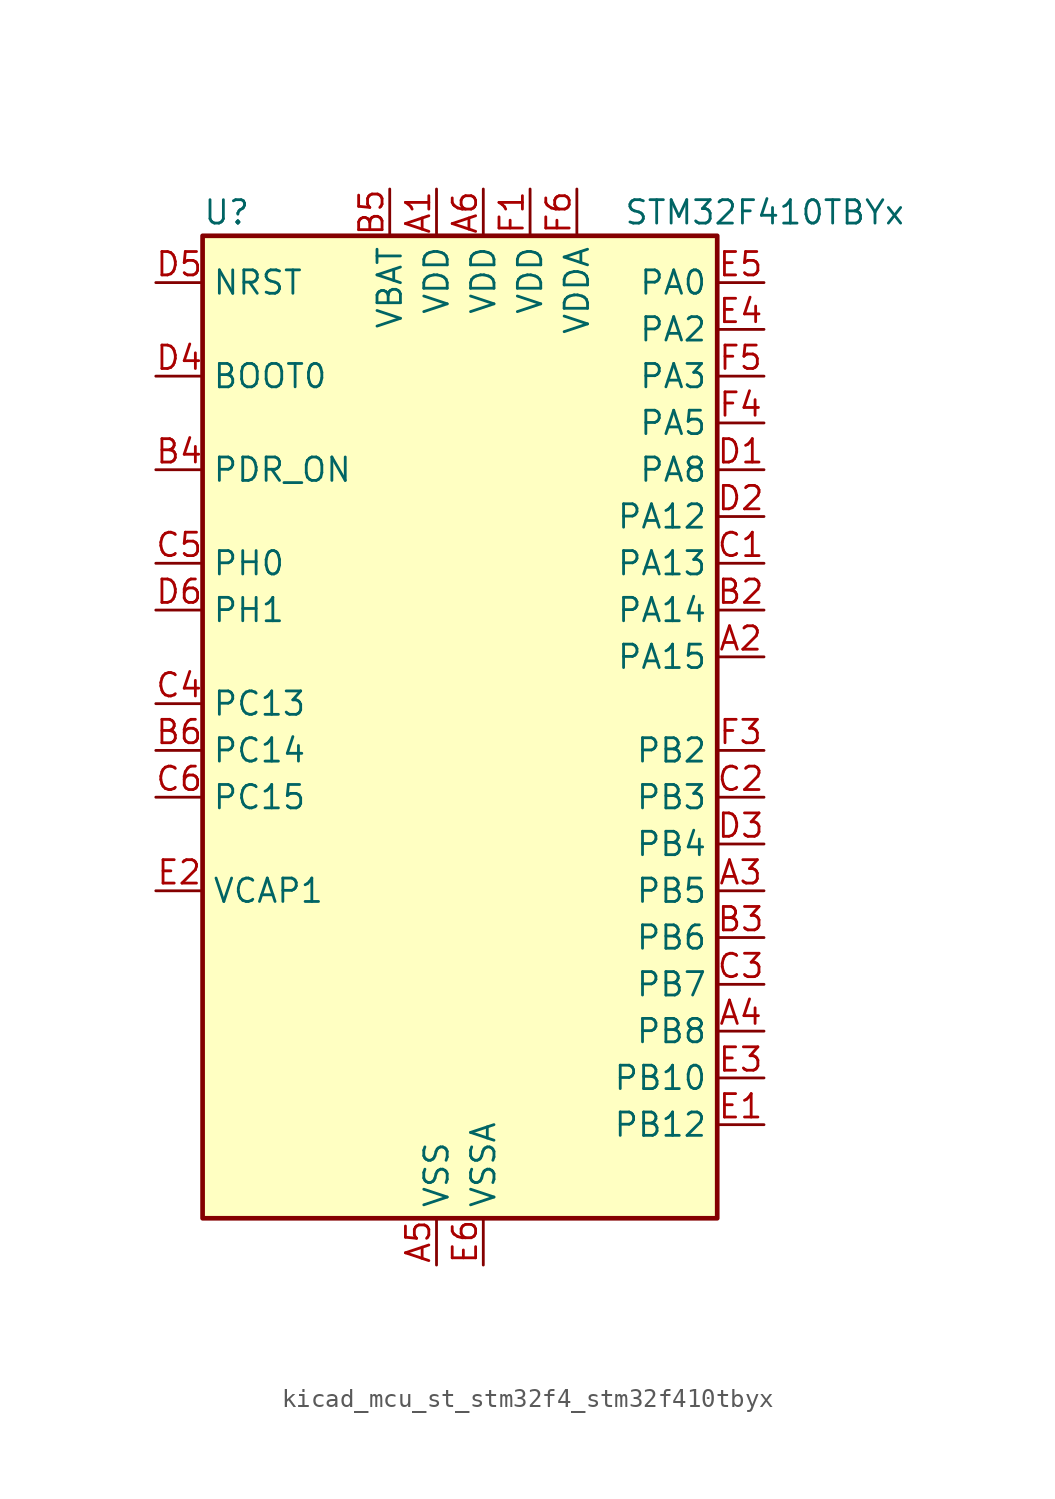
<source format=kicad_sym>
(kicad_symbol_lib
  (version 20220914)
  (generator kicad_symbol_editor)
  (symbol "kicad_mcu_st_stm32f4_stm32f410tbyx"
    (property "Reference" "U"
      (at -12.7 29.21 0)
      (effects (font (size 1.27 1.27)) (justify left)))
    (property "Value" "STM32F410TBYx"
      (at 10.16 29.21 0)
      (effects (font (size 1.27 1.27)) (justify left)))
    (property "ki_locked" ""
      (at 0 0 0)
      (effects (font (size 1.27 1.27))))
    (symbol "kicad_mcu_st_stm32f4_stm32f410tbyx_0_1"
      (rectangle (start -12.7 -25.4) (end 15.24 27.94) (stroke (width 0.254) (type default)) (fill (type background))))
    (symbol "kicad_mcu_st_stm32f4_stm32f410tbyx_1_1"
      (pin power_in line (at 0 30.48 270) (length 2.54) (name "VDD" (effects (font (size 1.27 1.27)))) (number "A1" (effects (font (size 1.27 1.27)))))
      (pin bidirectional line (at 17.78 5.08 180) (length 2.54) (name "PA15" (effects (font (size 1.27 1.27)))) (number "A2" (effects (font (size 1.27 1.27)))) (alternate "ADC1_EXTI15" bidirectional line) (alternate "I2S1_WS" bidirectional line) (alternate "SPI1_NSS" bidirectional line) (alternate "SYS_JTDI" bidirectional line) (alternate "USART1_TX" bidirectional line))
      (pin bidirectional line (at 17.78 -7.62 180) (length 2.54) (name "PB5" (effects (font (size 1.27 1.27)))) (number "A3" (effects (font (size 1.27 1.27)))) (alternate "I2C1_SMBA" bidirectional line) (alternate "I2S1_SD" bidirectional line) (alternate "LPTIM1_IN1" bidirectional line) (alternate "SPI1_MOSI" bidirectional line))
      (pin bidirectional line (at 17.78 -15.24 180) (length 2.54) (name "PB8" (effects (font (size 1.27 1.27)))) (number "A4" (effects (font (size 1.27 1.27)))) (alternate "I2C1_SCL" bidirectional line) (alternate "LPTIM1_OUT" bidirectional line))
      (pin power_in line (at 0 -27.94 90) (length 2.54) (name "VSS" (effects (font (size 1.27 1.27)))) (number "A5" (effects (font (size 1.27 1.27)))))
      (pin power_in line (at 2.54 30.48 270) (length 2.54) (name "VDD" (effects (font (size 1.27 1.27)))) (number "A6" (effects (font (size 1.27 1.27)))))
      (pin passive line (at 0 -27.94 90) (length 2.54) hide (name "VSS" (effects (font (size 1.27 1.27)))) (number "B1" (effects (font (size 1.27 1.27)))))
      (pin bidirectional line (at 17.78 7.62 180) (length 2.54) (name "PA14" (effects (font (size 1.27 1.27)))) (number "B2" (effects (font (size 1.27 1.27)))) (alternate "SYS_JTCK-SWCLK" bidirectional line))
      (pin bidirectional line (at 17.78 -10.16 180) (length 2.54) (name "PB6" (effects (font (size 1.27 1.27)))) (number "B3" (effects (font (size 1.27 1.27)))) (alternate "I2C1_SCL" bidirectional line) (alternate "LPTIM1_ETR" bidirectional line) (alternate "USART1_TX" bidirectional line))
      (pin input line (at -15.24 15.24 0) (length 2.54) (name "PDR_ON" (effects (font (size 1.27 1.27)))) (number "B4" (effects (font (size 1.27 1.27)))))
      (pin power_in line (at -2.54 30.48 270) (length 2.54) (name "VBAT" (effects (font (size 1.27 1.27)))) (number "B5" (effects (font (size 1.27 1.27)))))
      (pin bidirectional line (at -15.24 0 0) (length 2.54) (name "PC14" (effects (font (size 1.27 1.27)))) (number "B6" (effects (font (size 1.27 1.27)))) (alternate "RCC_OSC32_IN" bidirectional line))
      (pin bidirectional line (at 17.78 10.16 180) (length 2.54) (name "PA13" (effects (font (size 1.27 1.27)))) (number "C1" (effects (font (size 1.27 1.27)))) (alternate "SYS_JTMS-SWDIO" bidirectional line))
      (pin bidirectional line (at 17.78 -2.54 180) (length 2.54) (name "PB3" (effects (font (size 1.27 1.27)))) (number "C2" (effects (font (size 1.27 1.27)))) (alternate "FMPI2C1_SDA" bidirectional line) (alternate "I2C2_SDA" bidirectional line) (alternate "I2S1_CK" bidirectional line) (alternate "SPI1_SCK" bidirectional line) (alternate "SYS_JTDO-SWO" bidirectional line) (alternate "USART1_RX" bidirectional line))
      (pin bidirectional line (at 17.78 -12.7 180) (length 2.54) (name "PB7" (effects (font (size 1.27 1.27)))) (number "C3" (effects (font (size 1.27 1.27)))) (alternate "I2C1_SDA" bidirectional line) (alternate "LPTIM1_IN2" bidirectional line) (alternate "USART1_RX" bidirectional line))
      (pin bidirectional line (at -15.24 2.54 0) (length 2.54) (name "PC13" (effects (font (size 1.27 1.27)))) (number "C4" (effects (font (size 1.27 1.27)))) (alternate "RTC_AF1" bidirectional line))
      (pin bidirectional line (at -15.24 10.16 0) (length 2.54) (name "PH0" (effects (font (size 1.27 1.27)))) (number "C5" (effects (font (size 1.27 1.27)))) (alternate "RCC_OSC_IN" bidirectional line))
      (pin bidirectional line (at -15.24 -2.54 0) (length 2.54) (name "PC15" (effects (font (size 1.27 1.27)))) (number "C6" (effects (font (size 1.27 1.27)))) (alternate "ADC1_EXTI15" bidirectional line) (alternate "RCC_OSC32_OUT" bidirectional line))
      (pin bidirectional line (at 17.78 15.24 180) (length 2.54) (name "PA8" (effects (font (size 1.27 1.27)))) (number "D1" (effects (font (size 1.27 1.27)))) (alternate "FMPI2C1_SCL" bidirectional line) (alternate "RCC_MCO_1" bidirectional line) (alternate "TIM1_CH1" bidirectional line) (alternate "USART1_CK" bidirectional line))
      (pin bidirectional line (at 17.78 12.7 180) (length 2.54) (name "PA12" (effects (font (size 1.27 1.27)))) (number "D2" (effects (font (size 1.27 1.27)))) (alternate "TIM1_ETR" bidirectional line) (alternate "USART1_RTS" bidirectional line))
      (pin bidirectional line (at 17.78 -5.08 180) (length 2.54) (name "PB4" (effects (font (size 1.27 1.27)))) (number "D3" (effects (font (size 1.27 1.27)))) (alternate "SPI1_MISO" bidirectional line) (alternate "SYS_JTRST" bidirectional line))
      (pin input line (at -15.24 20.32 0) (length 2.54) (name "BOOT0" (effects (font (size 1.27 1.27)))) (number "D4" (effects (font (size 1.27 1.27)))))
      (pin input line (at -15.24 25.4 0) (length 2.54) (name "NRST" (effects (font (size 1.27 1.27)))) (number "D5" (effects (font (size 1.27 1.27)))))
      (pin bidirectional line (at -15.24 7.62 0) (length 2.54) (name "PH1" (effects (font (size 1.27 1.27)))) (number "D6" (effects (font (size 1.27 1.27)))) (alternate "RCC_OSC_OUT" bidirectional line))
      (pin bidirectional line (at 17.78 -20.32 180) (length 2.54) (name "PB12" (effects (font (size 1.27 1.27)))) (number "E1" (effects (font (size 1.27 1.27)))) (alternate "I2C2_SMBA" bidirectional line) (alternate "TIM1_BKIN" bidirectional line) (alternate "TIM5_CH1" bidirectional line))
      (pin power_out line (at -15.24 -7.62 0) (length 2.54) (name "VCAP1" (effects (font (size 1.27 1.27)))) (number "E2" (effects (font (size 1.27 1.27)))))
      (pin bidirectional line (at 17.78 -17.78 180) (length 2.54) (name "PB10" (effects (font (size 1.27 1.27)))) (number "E3" (effects (font (size 1.27 1.27)))) (alternate "FMPI2C1_SCL" bidirectional line) (alternate "I2C2_SCL" bidirectional line) (alternate "I2S1_MCK" bidirectional line))
      (pin bidirectional line (at 17.78 22.86 180) (length 2.54) (name "PA2" (effects (font (size 1.27 1.27)))) (number "E4" (effects (font (size 1.27 1.27)))) (alternate "ADC1_IN2" bidirectional line) (alternate "I2S_CKIN" bidirectional line) (alternate "TIM5_CH3" bidirectional line) (alternate "TIM9_CH1" bidirectional line) (alternate "USART2_TX" bidirectional line))
      (pin bidirectional line (at 17.78 25.4 180) (length 2.54) (name "PA0" (effects (font (size 1.27 1.27)))) (number "E5" (effects (font (size 1.27 1.27)))) (alternate "ADC1_IN0" bidirectional line) (alternate "SYS_WKUP1" bidirectional line) (alternate "TIM5_CH1" bidirectional line) (alternate "USART2_CTS" bidirectional line))
      (pin power_in line (at 2.54 -27.94 90) (length 2.54) (name "VSSA" (effects (font (size 1.27 1.27)))) (number "E6" (effects (font (size 1.27 1.27)))))
      (pin power_in line (at 5.08 30.48 270) (length 2.54) (name "VDD" (effects (font (size 1.27 1.27)))) (number "F1" (effects (font (size 1.27 1.27)))))
      (pin passive line (at 0 -27.94 90) (length 2.54) hide (name "VSS" (effects (font (size 1.27 1.27)))) (number "F2" (effects (font (size 1.27 1.27)))))
      (pin bidirectional line (at 17.78 0 180) (length 2.54) (name "PB2" (effects (font (size 1.27 1.27)))) (number "F3" (effects (font (size 1.27 1.27)))) (alternate "LPTIM1_OUT" bidirectional line))
      (pin bidirectional line (at 17.78 17.78 180) (length 2.54) (name "PA5" (effects (font (size 1.27 1.27)))) (number "F4" (effects (font (size 1.27 1.27)))) (alternate "ADC1_IN5" bidirectional line) (alternate "DAC_OUT1" bidirectional line) (alternate "I2S1_CK" bidirectional line) (alternate "SPI1_SCK" bidirectional line))
      (pin bidirectional line (at 17.78 20.32 180) (length 2.54) (name "PA3" (effects (font (size 1.27 1.27)))) (number "F5" (effects (font (size 1.27 1.27)))) (alternate "ADC1_IN3" bidirectional line) (alternate "TIM5_CH4" bidirectional line) (alternate "TIM9_CH2" bidirectional line) (alternate "USART2_RX" bidirectional line))
      (pin power_in line (at 7.62 30.48 270) (length 2.54) (name "VDDA" (effects (font (size 1.27 1.27)))) (number "F6" (effects (font (size 1.27 1.27))))))))
</source>
